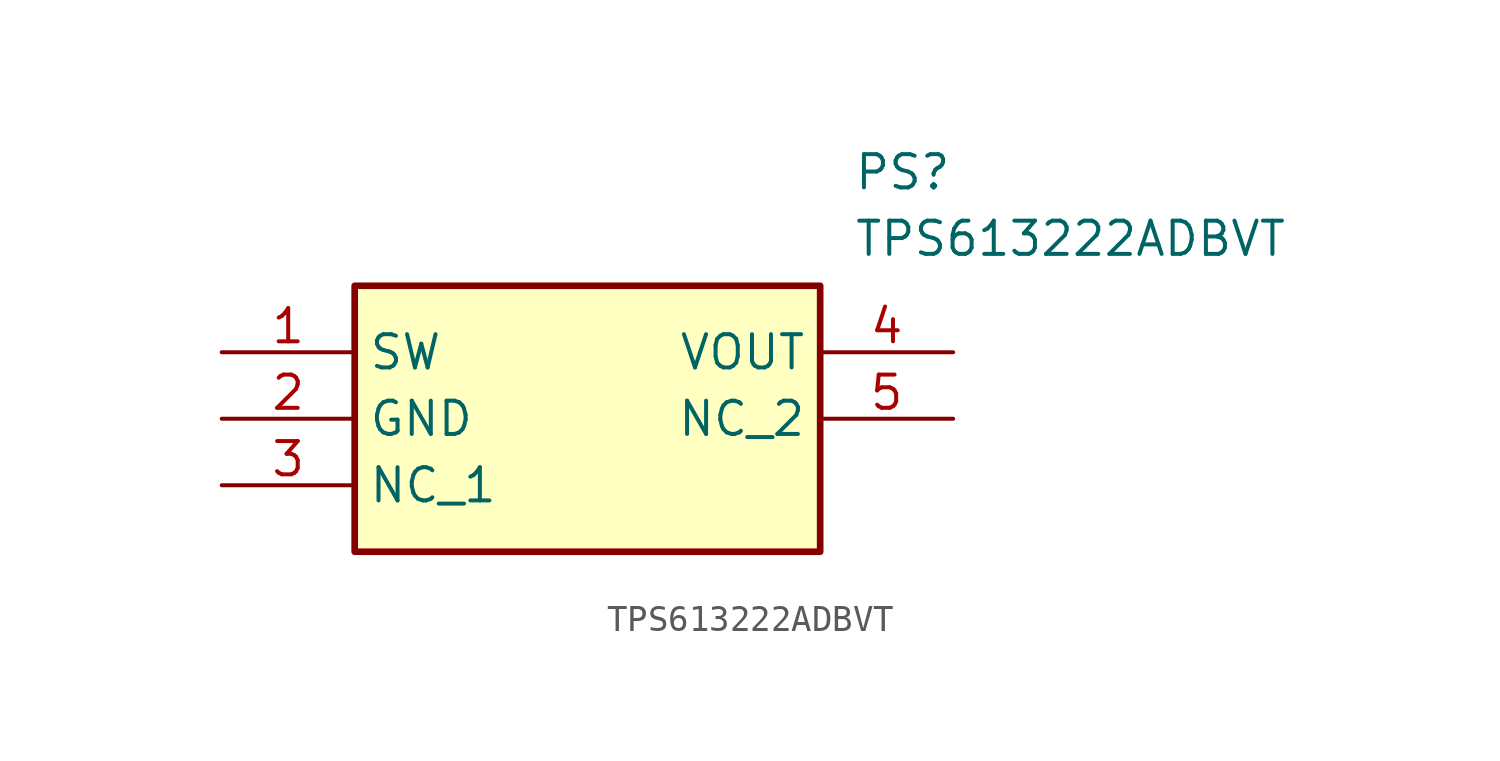
<source format=kicad_sym>
(kicad_symbol_lib
  (version 20241209)
  (generator "kicad_symbol_editor")
  (generator_version "9.0")
  (symbol "TPS613222ADBVT"
    (property "Reference" "PS"
      (at 24.13 7.62 0)
      (effects (font (size 1.27 1.27)) (justify left top)))
    (property "Value" "TPS613222ADBVT"
      (at 24.13 5.08 0)
      (effects (font (size 1.27 1.27)) (justify left top)))
    (symbol "TPS613222ADBVT_1_1"
      (rectangle (start 5.08 2.54) (end 22.86 -7.62) (stroke (width 0.254) (type default)) (fill (type background)))
      (pin power_in line (at 0 0 0) (length 5.08) (name "SW" (effects (font (size 1.27 1.27)))) (number "1" (effects (font (size 1.27 1.27)))))
      (pin power_in line (at 0 -2.54 0) (length 5.08) (name "GND" (effects (font (size 1.27 1.27)))) (number "2" (effects (font (size 1.27 1.27)))))
      (pin passive line (at 0 -5.08 0) (length 5.08) (name "NC_1" (effects (font (size 1.27 1.27)))) (number "3" (effects (font (size 1.27 1.27)))))
      (pin power_in line (at 27.94 0 180) (length 5.08) (name "VOUT" (effects (font (size 1.27 1.27)))) (number "4" (effects (font (size 1.27 1.27)))))
      (pin passive line (at 27.94 -2.54 180) (length 5.08) (name "NC_2" (effects (font (size 1.27 1.27)))) (number "5" (effects (font (size 1.27 1.27))))))))
</source>
